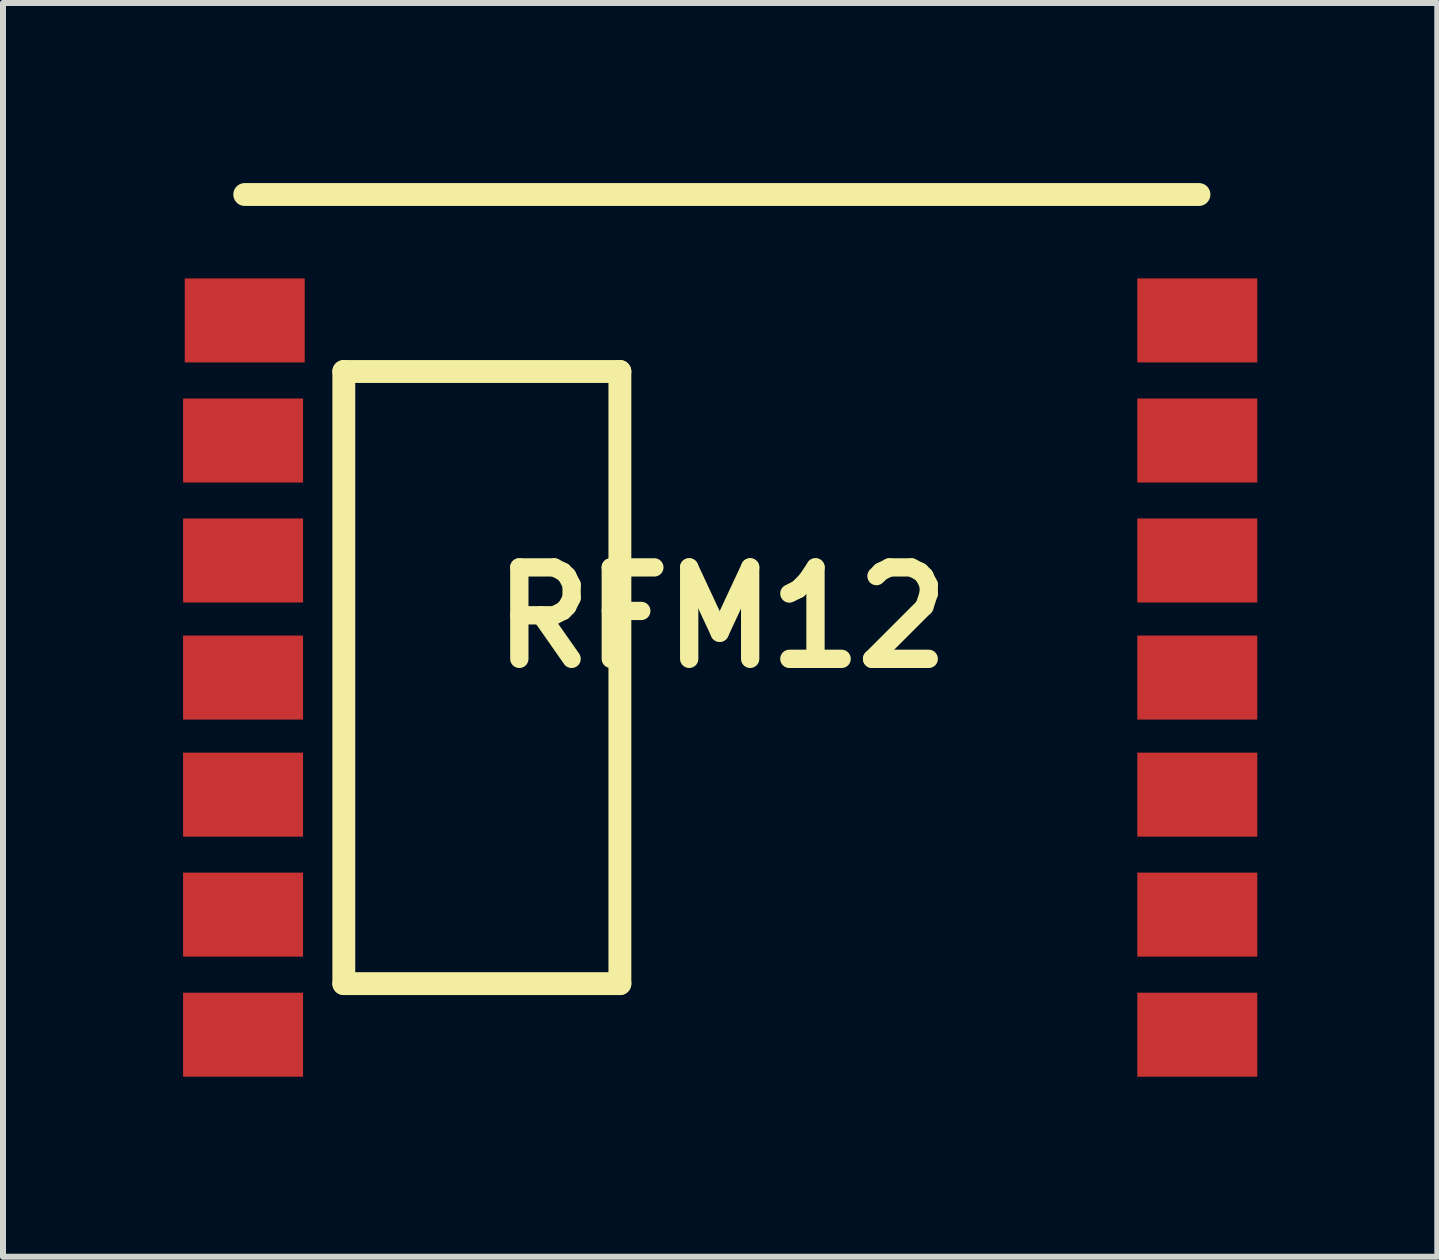
<source format=kicad_pcb>
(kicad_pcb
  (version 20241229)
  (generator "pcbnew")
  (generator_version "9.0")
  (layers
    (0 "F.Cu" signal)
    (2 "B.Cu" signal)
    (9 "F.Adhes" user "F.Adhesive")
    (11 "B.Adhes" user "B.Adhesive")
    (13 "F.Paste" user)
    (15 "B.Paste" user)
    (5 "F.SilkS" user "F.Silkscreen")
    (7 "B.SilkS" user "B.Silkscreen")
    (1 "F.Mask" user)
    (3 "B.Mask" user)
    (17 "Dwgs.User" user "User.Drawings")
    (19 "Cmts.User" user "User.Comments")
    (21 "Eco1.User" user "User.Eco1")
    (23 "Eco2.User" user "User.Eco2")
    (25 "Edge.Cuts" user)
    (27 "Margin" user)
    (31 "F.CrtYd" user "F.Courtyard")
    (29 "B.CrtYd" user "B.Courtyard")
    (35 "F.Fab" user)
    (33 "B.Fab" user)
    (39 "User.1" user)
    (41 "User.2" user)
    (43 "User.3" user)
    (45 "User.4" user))
  (footprint "RFM12"
    (layer "F.Cu")
    (at 8.978 8.24)
    (property "Reference" "RFM12" (at 0 -1.001 0) (layer "F.SilkS") (effects (font (size 1.524 1.524) (thickness 0.305))))
    (attr through_hole)
    (fp_line (start -7.95 -8.049) (end 7.95 -8.049) (stroke (width 0.381) (type solid)) (layer "F.SilkS"))
    (fp_line (start -6.299 -5.1) (end -1.699 -5.1) (stroke (width 0.381) (type solid)) (layer "F.SilkS"))
    (fp_line (start -6.299 5.1) (end -6.299 -5.1) (stroke (width 0.381) (type solid)) (layer "F.SilkS"))
    (fp_line (start -1.699 -5.1) (end -1.699 5.1) (stroke (width 0.381) (type solid)) (layer "F.SilkS"))
    (fp_line (start -1.699 5.1) (end -6.299 5.1) (stroke (width 0.381) (type solid)) (layer "F.SilkS"))
    (pad "1" smd rect (at -7.95 -5.951) (size 1.999 1.4) (layers "F.Cu" "F.Mask" "F.Paste"))
    (pad "2" smd rect (at -7.978 -3.95) (size 1.999 1.4) (layers "F.Cu" "F.Mask" "F.Paste"))
    (pad "3" smd rect (at -7.978 -1.951) (size 1.999 1.4) (layers "F.Cu" "F.Mask" "F.Paste"))
    (pad "4" smd rect (at -7.978 0) (size 1.999 1.4) (layers "F.Cu" "F.Mask" "F.Paste"))
    (pad "5" smd rect (at -7.978 1.951) (size 1.999 1.4) (layers "F.Cu" "F.Mask" "F.Paste"))
    (pad "6" smd rect (at -7.978 3.95) (size 1.999 1.4) (layers "F.Cu" "F.Mask" "F.Paste"))
    (pad "7" smd rect (at -7.978 5.951) (size 1.999 1.4) (layers "F.Cu" "F.Mask" "F.Paste"))
    (pad "8" smd rect (at 7.922 5.951) (size 1.999 1.4) (layers "F.Cu" "F.Mask" "F.Paste"))
    (pad "9" smd rect (at 7.922 3.95) (size 1.999 1.4) (layers "F.Cu" "F.Mask" "F.Paste"))
    (pad "10" smd rect (at 7.922 1.951) (size 1.999 1.4) (layers "F.Cu" "F.Mask" "F.Paste"))
    (pad "11" smd rect (at 7.922 0) (size 1.999 1.4) (layers "F.Cu" "F.Mask" "F.Paste"))
    (pad "12" smd rect (at 7.922 -1.951) (size 1.999 1.4) (layers "F.Cu" "F.Mask" "F.Paste"))
    (pad "13" smd rect (at 7.922 -3.95) (size 1.999 1.4) (layers "F.Cu" "F.Mask" "F.Paste"))
    (pad "14" smd rect (at 7.922 -5.951) (size 1.999 1.4) (layers "F.Cu" "F.Mask" "F.Paste")))
  (gr_rect
    (start -3 -3)
    (end 20.899 17.891)
    (stroke (width 0.1) (type default))
    (fill no)
    (layer "Edge.Cuts")))
</source>
